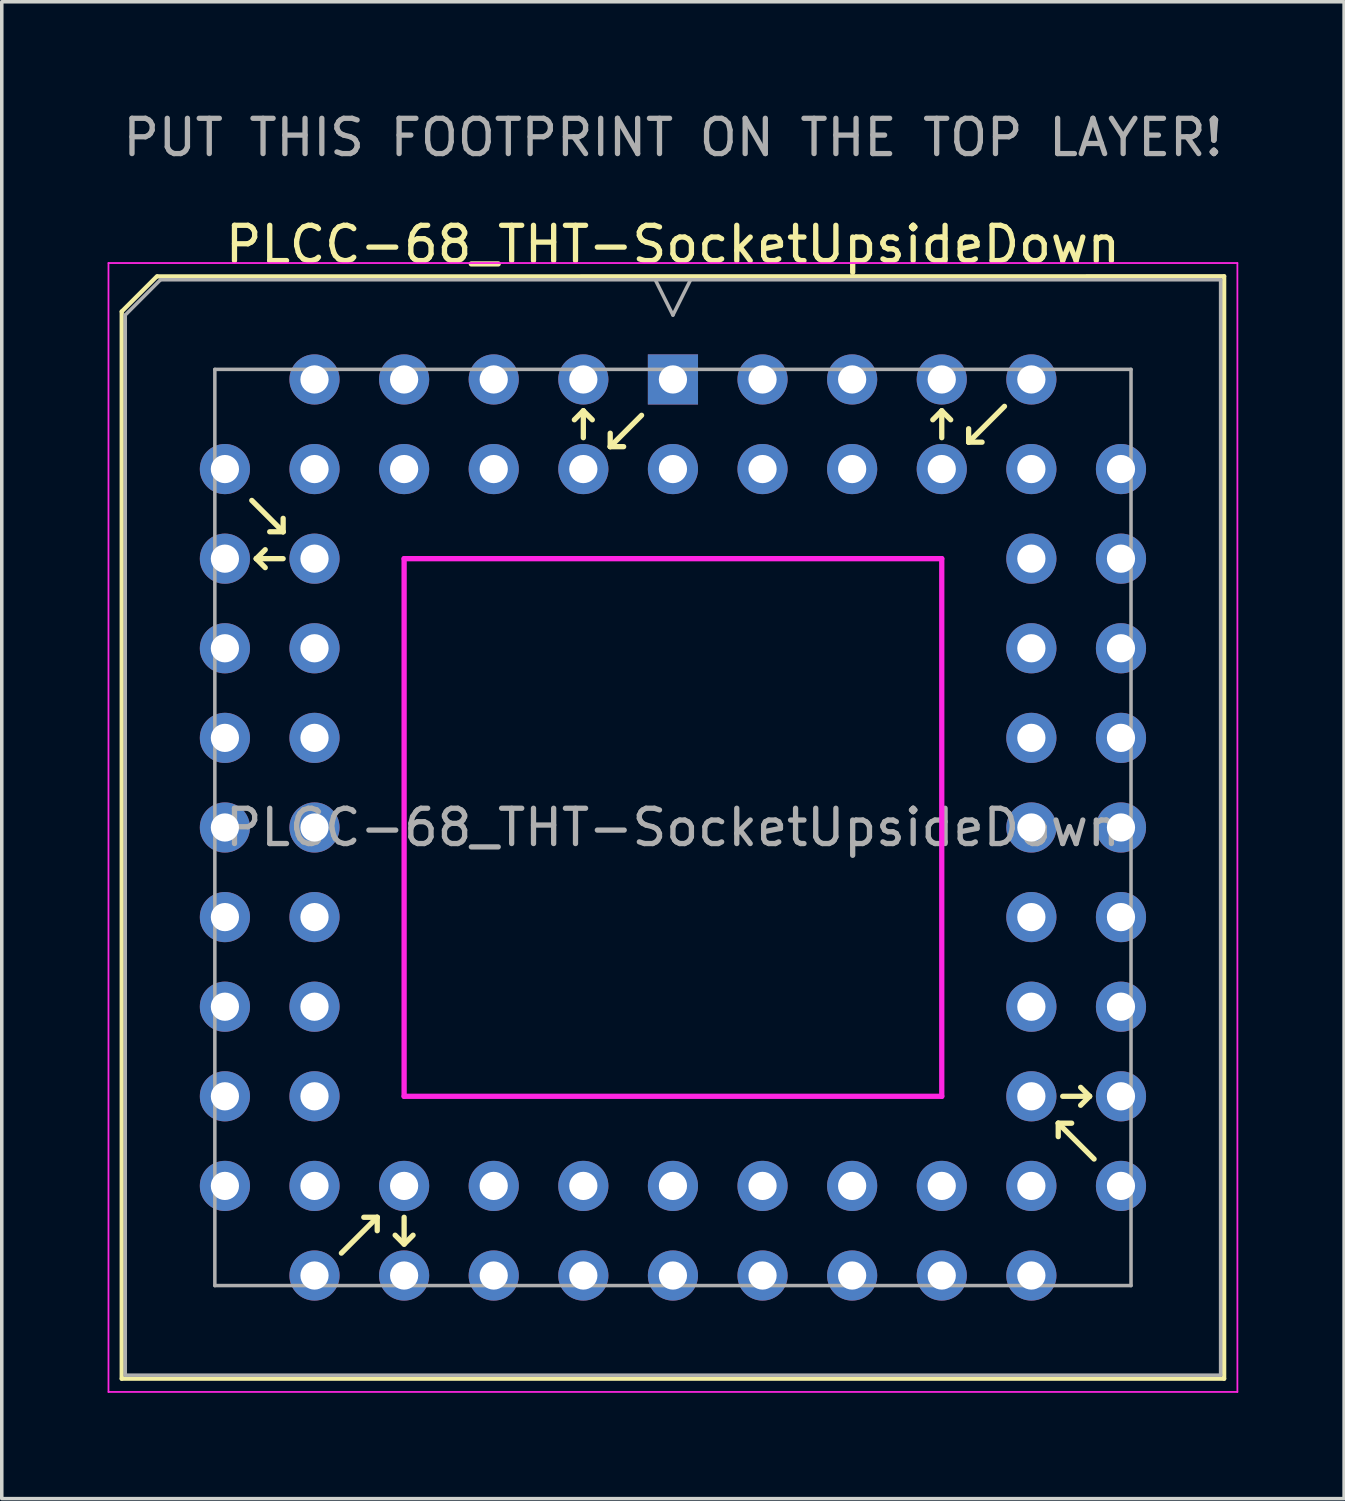
<source format=kicad_pcb>
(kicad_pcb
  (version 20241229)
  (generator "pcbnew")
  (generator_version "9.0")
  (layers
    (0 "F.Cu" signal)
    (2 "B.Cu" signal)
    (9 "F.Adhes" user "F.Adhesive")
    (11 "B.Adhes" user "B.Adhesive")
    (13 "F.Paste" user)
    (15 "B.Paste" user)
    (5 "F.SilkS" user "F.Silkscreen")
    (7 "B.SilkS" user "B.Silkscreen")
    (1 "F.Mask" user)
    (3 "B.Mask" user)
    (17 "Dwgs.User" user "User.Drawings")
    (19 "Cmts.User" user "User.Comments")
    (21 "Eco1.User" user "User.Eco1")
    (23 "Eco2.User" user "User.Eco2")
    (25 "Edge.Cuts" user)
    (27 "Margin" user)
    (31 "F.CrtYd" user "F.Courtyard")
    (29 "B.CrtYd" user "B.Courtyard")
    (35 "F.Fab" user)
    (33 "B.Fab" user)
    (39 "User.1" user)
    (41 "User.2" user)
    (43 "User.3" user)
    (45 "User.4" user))
  (footprint "PLCC-68_THT-SocketUpsideDown"
    (layer "F.Cu")
    (at 16.025 7.706)
    (property "Reference" "PLCC-68_THT-SocketUpsideDown" (at 0 -3.825 0) (layer "F.SilkS") (effects (font (size 1 1) (thickness 0.15))))
    (attr through_hole)
    (fp_line (start -15.625 -1.925) (end -15.625 28.325) (stroke (width 0.12) (type solid)) (layer "F.SilkS"))
    (fp_line (start -15.625 28.325) (end 15.625 28.325) (stroke (width 0.12) (type solid)) (layer "F.SilkS"))
    (fp_line (start -14.625 -2.925) (end -15.625 -1.925) (stroke (width 0.12) (type solid)) (layer "F.SilkS"))
    (fp_line (start -11.938 3.429) (end -11.049 4.318) (stroke (width 0.15) (type solid)) (layer "F.SilkS"))
    (fp_line (start -11.811 5.08) (end -11.557 5.334) (stroke (width 0.15) (type solid)) (layer "F.SilkS"))
    (fp_line (start -11.557 4.826) (end -11.811 5.08) (stroke (width 0.15) (type solid)) (layer "F.SilkS"))
    (fp_line (start -11.43 4.318) (end -11.049 4.318) (stroke (width 0.15) (type solid)) (layer "F.SilkS"))
    (fp_line (start -11.049 4.318) (end -11.049 3.937) (stroke (width 0.15) (type solid)) (layer "F.SilkS"))
    (fp_line (start -11.049 5.08) (end -11.811 5.08) (stroke (width 0.15) (type solid)) (layer "F.SilkS"))
    (fp_line (start -9.398 24.765) (end -8.382 23.749) (stroke (width 0.15) (type solid)) (layer "F.SilkS"))
    (fp_line (start -8.382 23.749) (end -8.763 23.749) (stroke (width 0.15) (type solid)) (layer "F.SilkS"))
    (fp_line (start -8.382 24.13) (end -8.382 23.749) (stroke (width 0.15) (type solid)) (layer "F.SilkS"))
    (fp_line (start -7.62 23.749) (end -7.62 24.384) (stroke (width 0.15) (type solid)) (layer "F.SilkS"))
    (fp_line (start -7.62 24.511) (end -7.874 24.257) (stroke (width 0.15) (type solid)) (layer "F.SilkS"))
    (fp_line (start -7.366 24.257) (end -7.62 24.511) (stroke (width 0.15) (type solid)) (layer "F.SilkS"))
    (fp_line (start -2.54 0.889) (end -2.794 1.143) (stroke (width 0.15) (type solid)) (layer "F.SilkS"))
    (fp_line (start -2.54 1.651) (end -2.54 0.889) (stroke (width 0.15) (type solid)) (layer "F.SilkS"))
    (fp_line (start -2.286 1.143) (end -2.54 0.889) (stroke (width 0.15) (type solid)) (layer "F.SilkS"))
    (fp_line (start -1.778 1.905) (end -1.778 1.524) (stroke (width 0.15) (type solid)) (layer "F.SilkS"))
    (fp_line (start -1.397 1.905) (end -1.778 1.905) (stroke (width 0.15) (type solid)) (layer "F.SilkS"))
    (fp_line (start -0.889 1.016) (end -1.778 1.905) (stroke (width 0.15) (type solid)) (layer "F.SilkS"))
    (fp_line (start 7.62 0.889) (end 7.366 1.143) (stroke (width 0.15) (type solid)) (layer "F.SilkS"))
    (fp_line (start 7.62 1.651) (end 7.62 0.889) (stroke (width 0.15) (type solid)) (layer "F.SilkS"))
    (fp_line (start 7.874 1.143) (end 7.62 0.889) (stroke (width 0.15) (type solid)) (layer "F.SilkS"))
    (fp_line (start 8.382 1.778) (end 8.382 1.397) (stroke (width 0.15) (type solid)) (layer "F.SilkS"))
    (fp_line (start 8.763 1.778) (end 8.382 1.778) (stroke (width 0.15) (type solid)) (layer "F.SilkS"))
    (fp_line (start 9.398 0.762) (end 8.382 1.778) (stroke (width 0.15) (type solid)) (layer "F.SilkS"))
    (fp_line (start 10.922 21.082) (end 10.922 21.463) (stroke (width 0.15) (type solid)) (layer "F.SilkS"))
    (fp_line (start 11.049 20.32) (end 11.811 20.32) (stroke (width 0.15) (type solid)) (layer "F.SilkS"))
    (fp_line (start 11.303 21.082) (end 10.922 21.082) (stroke (width 0.15) (type solid)) (layer "F.SilkS"))
    (fp_line (start 11.557 20.574) (end 11.811 20.32) (stroke (width 0.15) (type solid)) (layer "F.SilkS"))
    (fp_line (start 11.811 20.32) (end 11.557 20.066) (stroke (width 0.15) (type solid)) (layer "F.SilkS"))
    (fp_line (start 11.938 22.098) (end 10.922 21.082) (stroke (width 0.15) (type solid)) (layer "F.SilkS"))
    (fp_line (start 15.625 -2.925) (end -14.605 -2.921) (stroke (width 0.12) (type solid)) (layer "F.SilkS"))
    (fp_line (start 15.625 28.325) (end 15.625 -2.925) (stroke (width 0.12) (type solid)) (layer "F.SilkS"))
    (fp_line (start -16 -3.3) (end -16 28.7) (stroke (width 0.05) (type solid)) (layer "F.CrtYd"))
    (fp_line (start -16 28.7) (end 16 28.7) (stroke (width 0.05) (type solid)) (layer "F.CrtYd"))
    (fp_line (start -7.62 5.08) (end 7.62 5.08) (stroke (width 0.15) (type solid)) (layer "F.CrtYd"))
    (fp_line (start -7.62 20.32) (end -7.62 5.08) (stroke (width 0.15) (type solid)) (layer "F.CrtYd"))
    (fp_line (start 7.62 5.08) (end 7.62 20.32) (stroke (width 0.15) (type solid)) (layer "F.CrtYd"))
    (fp_line (start 7.62 20.32) (end -7.62 20.32) (stroke (width 0.15) (type solid)) (layer "F.CrtYd"))
    (fp_line (start 16 -3.3) (end -16 -3.3) (stroke (width 0.05) (type solid)) (layer "F.CrtYd"))
    (fp_line (start 16 28.7) (end 16 -3.3) (stroke (width 0.05) (type solid)) (layer "F.CrtYd"))
    (fp_line (start -15.525 -1.825) (end -15.525 28.225) (stroke (width 0.1) (type solid)) (layer "F.Fab"))
    (fp_line (start -15.525 28.225) (end 15.525 28.225) (stroke (width 0.1) (type solid)) (layer "F.Fab"))
    (fp_line (start -14.525 -2.825) (end -15.525 -1.825) (stroke (width 0.1) (type solid)) (layer "F.Fab"))
    (fp_line (start -12.985 -0.285) (end -12.985 25.685) (stroke (width 0.1) (type solid)) (layer "F.Fab"))
    (fp_line (start -12.985 25.685) (end 12.985 25.685) (stroke (width 0.1) (type solid)) (layer "F.Fab"))
    (fp_line (start -0.5 -2.825) (end 0 -1.825) (stroke (width 0.1) (type solid)) (layer "F.Fab"))
    (fp_line (start 0 -1.825) (end 0.5 -2.825) (stroke (width 0.1) (type solid)) (layer "F.Fab"))
    (fp_line (start 12.985 -0.285) (end -12.985 -0.285) (stroke (width 0.1) (type solid)) (layer "F.Fab"))
    (fp_line (start 12.985 25.685) (end 12.985 -0.285) (stroke (width 0.1) (type solid)) (layer "F.Fab"))
    (fp_line (start 15.525 -2.825) (end -14.525 -2.825) (stroke (width 0.1) (type solid)) (layer "F.Fab"))
    (fp_line (start 15.525 28.225) (end 15.525 -2.825) (stroke (width 0.1) (type solid)) (layer "F.Fab"))
    (fp_text user "PUT THIS FOOTPRINT ON THE TOP LAYER!" (at 0 -6.858 0) (layer "F.Fab") (effects (font (size 1 1) (thickness 0.15))))
    (fp_text user "${REFERENCE}" (at 0 12.7 0) (layer "F.Fab") (effects (font (size 1 1) (thickness 0.15))))
    (pad "1" thru_hole rect (at 0 0) (size 1.422 1.422) (drill 0.8) (layers "*.Cu" "*.Mask"))
    (pad "2" thru_hole circle (at -2.54 2.54) (size 1.422 1.422) (drill 0.8) (layers "*.Cu" "*.Mask"))
    (pad "3" thru_hole circle (at -2.54 0) (size 1.422 1.422) (drill 0.8) (layers "*.Cu" "*.Mask"))
    (pad "4" thru_hole circle (at -5.08 2.54) (size 1.422 1.422) (drill 0.8) (layers "*.Cu" "*.Mask"))
    (pad "5" thru_hole circle (at -5.08 0) (size 1.422 1.422) (drill 0.8) (layers "*.Cu" "*.Mask"))
    (pad "6" thru_hole circle (at -7.62 2.54) (size 1.422 1.422) (drill 0.8) (layers "*.Cu" "*.Mask"))
    (pad "7" thru_hole circle (at -7.62 0) (size 1.422 1.422) (drill 0.8) (layers "*.Cu" "*.Mask"))
    (pad "8" thru_hole circle (at -10.16 2.54) (size 1.422 1.422) (drill 0.8) (layers "*.Cu" "*.Mask"))
    (pad "9" thru_hole circle (at -10.16 0) (size 1.422 1.422) (drill 0.8) (layers "*.Cu" "*.Mask"))
    (pad "10" thru_hole circle (at -12.7 2.54) (size 1.422 1.422) (drill 0.8) (layers "*.Cu" "*.Mask"))
    (pad "11" thru_hole circle (at -10.16 5.08) (size 1.422 1.422) (drill 0.8) (layers "*.Cu" "*.Mask"))
    (pad "12" thru_hole circle (at -12.7 5.08) (size 1.422 1.422) (drill 0.8) (layers "*.Cu" "*.Mask"))
    (pad "13" thru_hole circle (at -10.16 7.62) (size 1.422 1.422) (drill 0.8) (layers "*.Cu" "*.Mask"))
    (pad "14" thru_hole circle (at -12.7 7.62) (size 1.422 1.422) (drill 0.8) (layers "*.Cu" "*.Mask"))
    (pad "15" thru_hole circle (at -10.16 10.16) (size 1.422 1.422) (drill 0.8) (layers "*.Cu" "*.Mask"))
    (pad "16" thru_hole circle (at -12.7 10.16) (size 1.422 1.422) (drill 0.8) (layers "*.Cu" "*.Mask"))
    (pad "17" thru_hole circle (at -10.16 12.7) (size 1.422 1.422) (drill 0.8) (layers "*.Cu" "*.Mask"))
    (pad "18" thru_hole circle (at -12.7 12.7) (size 1.422 1.422) (drill 0.8) (layers "*.Cu" "*.Mask"))
    (pad "19" thru_hole circle (at -10.16 15.24) (size 1.422 1.422) (drill 0.8) (layers "*.Cu" "*.Mask"))
    (pad "20" thru_hole circle (at -12.7 15.24) (size 1.422 1.422) (drill 0.8) (layers "*.Cu" "*.Mask"))
    (pad "21" thru_hole circle (at -10.16 17.78) (size 1.422 1.422) (drill 0.8) (layers "*.Cu" "*.Mask"))
    (pad "22" thru_hole circle (at -12.7 17.78) (size 1.422 1.422) (drill 0.8) (layers "*.Cu" "*.Mask"))
    (pad "23" thru_hole circle (at -10.16 20.32) (size 1.422 1.422) (drill 0.8) (layers "*.Cu" "*.Mask"))
    (pad "24" thru_hole circle (at -12.7 20.32) (size 1.422 1.422) (drill 0.8) (layers "*.Cu" "*.Mask"))
    (pad "25" thru_hole circle (at -10.16 22.86) (size 1.422 1.422) (drill 0.8) (layers "*.Cu" "*.Mask"))
    (pad "26" thru_hole circle (at -12.7 22.86) (size 1.422 1.422) (drill 0.8) (layers "*.Cu" "*.Mask"))
    (pad "27" thru_hole circle (at -10.16 25.4) (size 1.422 1.422) (drill 0.8) (layers "*.Cu" "*.Mask"))
    (pad "28" thru_hole circle (at -7.62 22.86) (size 1.422 1.422) (drill 0.8) (layers "*.Cu" "*.Mask"))
    (pad "29" thru_hole circle (at -7.62 25.4) (size 1.422 1.422) (drill 0.8) (layers "*.Cu" "*.Mask"))
    (pad "30" thru_hole circle (at -5.08 22.86) (size 1.422 1.422) (drill 0.8) (layers "*.Cu" "*.Mask"))
    (pad "31" thru_hole circle (at -5.08 25.4) (size 1.422 1.422) (drill 0.8) (layers "*.Cu" "*.Mask"))
    (pad "32" thru_hole circle (at -2.54 22.86) (size 1.422 1.422) (drill 0.8) (layers "*.Cu" "*.Mask"))
    (pad "33" thru_hole circle (at -2.54 25.4) (size 1.422 1.422) (drill 0.8) (layers "*.Cu" "*.Mask"))
    (pad "34" thru_hole circle (at 0 22.86) (size 1.422 1.422) (drill 0.8) (layers "*.Cu" "*.Mask"))
    (pad "35" thru_hole circle (at 0 25.4) (size 1.422 1.422) (drill 0.8) (layers "*.Cu" "*.Mask"))
    (pad "36" thru_hole circle (at 2.54 22.86) (size 1.422 1.422) (drill 0.8) (layers "*.Cu" "*.Mask"))
    (pad "37" thru_hole circle (at 2.54 25.4) (size 1.422 1.422) (drill 0.8) (layers "*.Cu" "*.Mask"))
    (pad "38" thru_hole circle (at 5.08 22.86) (size 1.422 1.422) (drill 0.8) (layers "*.Cu" "*.Mask"))
    (pad "39" thru_hole circle (at 5.08 25.4) (size 1.422 1.422) (drill 0.8) (layers "*.Cu" "*.Mask"))
    (pad "40" thru_hole circle (at 7.62 22.86) (size 1.422 1.422) (drill 0.8) (layers "*.Cu" "*.Mask"))
    (pad "41" thru_hole circle (at 7.62 25.4) (size 1.422 1.422) (drill 0.8) (layers "*.Cu" "*.Mask"))
    (pad "42" thru_hole circle (at 10.16 22.86) (size 1.422 1.422) (drill 0.8) (layers "*.Cu" "*.Mask"))
    (pad "43" thru_hole circle (at 10.16 25.4) (size 1.422 1.422) (drill 0.8) (layers "*.Cu" "*.Mask"))
    (pad "44" thru_hole circle (at 12.7 22.86) (size 1.422 1.422) (drill 0.8) (layers "*.Cu" "*.Mask"))
    (pad "45" thru_hole circle (at 10.16 20.32) (size 1.422 1.422) (drill 0.8) (layers "*.Cu" "*.Mask"))
    (pad "46" thru_hole circle (at 12.7 20.32) (size 1.422 1.422) (drill 0.8) (layers "*.Cu" "*.Mask"))
    (pad "47" thru_hole circle (at 10.16 17.78) (size 1.422 1.422) (drill 0.8) (layers "*.Cu" "*.Mask"))
    (pad "48" thru_hole circle (at 12.7 17.78) (size 1.422 1.422) (drill 0.8) (layers "*.Cu" "*.Mask"))
    (pad "49" thru_hole circle (at 10.16 15.24) (size 1.422 1.422) (drill 0.8) (layers "*.Cu" "*.Mask"))
    (pad "50" thru_hole circle (at 12.7 15.24) (size 1.422 1.422) (drill 0.8) (layers "*.Cu" "*.Mask"))
    (pad "51" thru_hole circle (at 10.16 12.7) (size 1.422 1.422) (drill 0.8) (layers "*.Cu" "*.Mask"))
    (pad "52" thru_hole circle (at 12.7 12.7) (size 1.422 1.422) (drill 0.8) (layers "*.Cu" "*.Mask"))
    (pad "53" thru_hole circle (at 10.16 10.16) (size 1.422 1.422) (drill 0.8) (layers "*.Cu" "*.Mask"))
    (pad "54" thru_hole circle (at 12.7 10.16) (size 1.422 1.422) (drill 0.8) (layers "*.Cu" "*.Mask"))
    (pad "55" thru_hole circle (at 10.16 7.62) (size 1.422 1.422) (drill 0.8) (layers "*.Cu" "*.Mask"))
    (pad "56" thru_hole circle (at 12.7 7.62) (size 1.422 1.422) (drill 0.8) (layers "*.Cu" "*.Mask"))
    (pad "57" thru_hole circle (at 10.16 5.08) (size 1.422 1.422) (drill 0.8) (layers "*.Cu" "*.Mask"))
    (pad "58" thru_hole circle (at 12.7 5.08) (size 1.422 1.422) (drill 0.8) (layers "*.Cu" "*.Mask"))
    (pad "59" thru_hole circle (at 10.16 2.54) (size 1.422 1.422) (drill 0.8) (layers "*.Cu" "*.Mask"))
    (pad "60" thru_hole circle (at 12.7 2.54) (size 1.422 1.422) (drill 0.8) (layers "*.Cu" "*.Mask"))
    (pad "61" thru_hole circle (at 10.16 0) (size 1.422 1.422) (drill 0.8) (layers "*.Cu" "*.Mask"))
    (pad "62" thru_hole circle (at 7.62 2.54) (size 1.422 1.422) (drill 0.8) (layers "*.Cu" "*.Mask"))
    (pad "63" thru_hole circle (at 7.62 0) (size 1.422 1.422) (drill 0.8) (layers "*.Cu" "*.Mask"))
    (pad "64" thru_hole circle (at 5.08 2.54) (size 1.422 1.422) (drill 0.8) (layers "*.Cu" "*.Mask"))
    (pad "65" thru_hole circle (at 5.08 0) (size 1.422 1.422) (drill 0.8) (layers "*.Cu" "*.Mask"))
    (pad "66" thru_hole circle (at 2.54 2.54) (size 1.422 1.422) (drill 0.8) (layers "*.Cu" "*.Mask"))
    (pad "67" thru_hole circle (at 2.54 0) (size 1.422 1.422) (drill 0.8) (layers "*.Cu" "*.Mask"))
    (pad "68" thru_hole circle (at 0 2.54) (size 1.422 1.422) (drill 0.8) (layers "*.Cu" "*.Mask")))
  (gr_rect
    (start -3 -3)
    (end 35.05 39.431)
    (stroke (width 0.1) (type default))
    (fill no)
    (layer "Edge.Cuts")))
</source>
